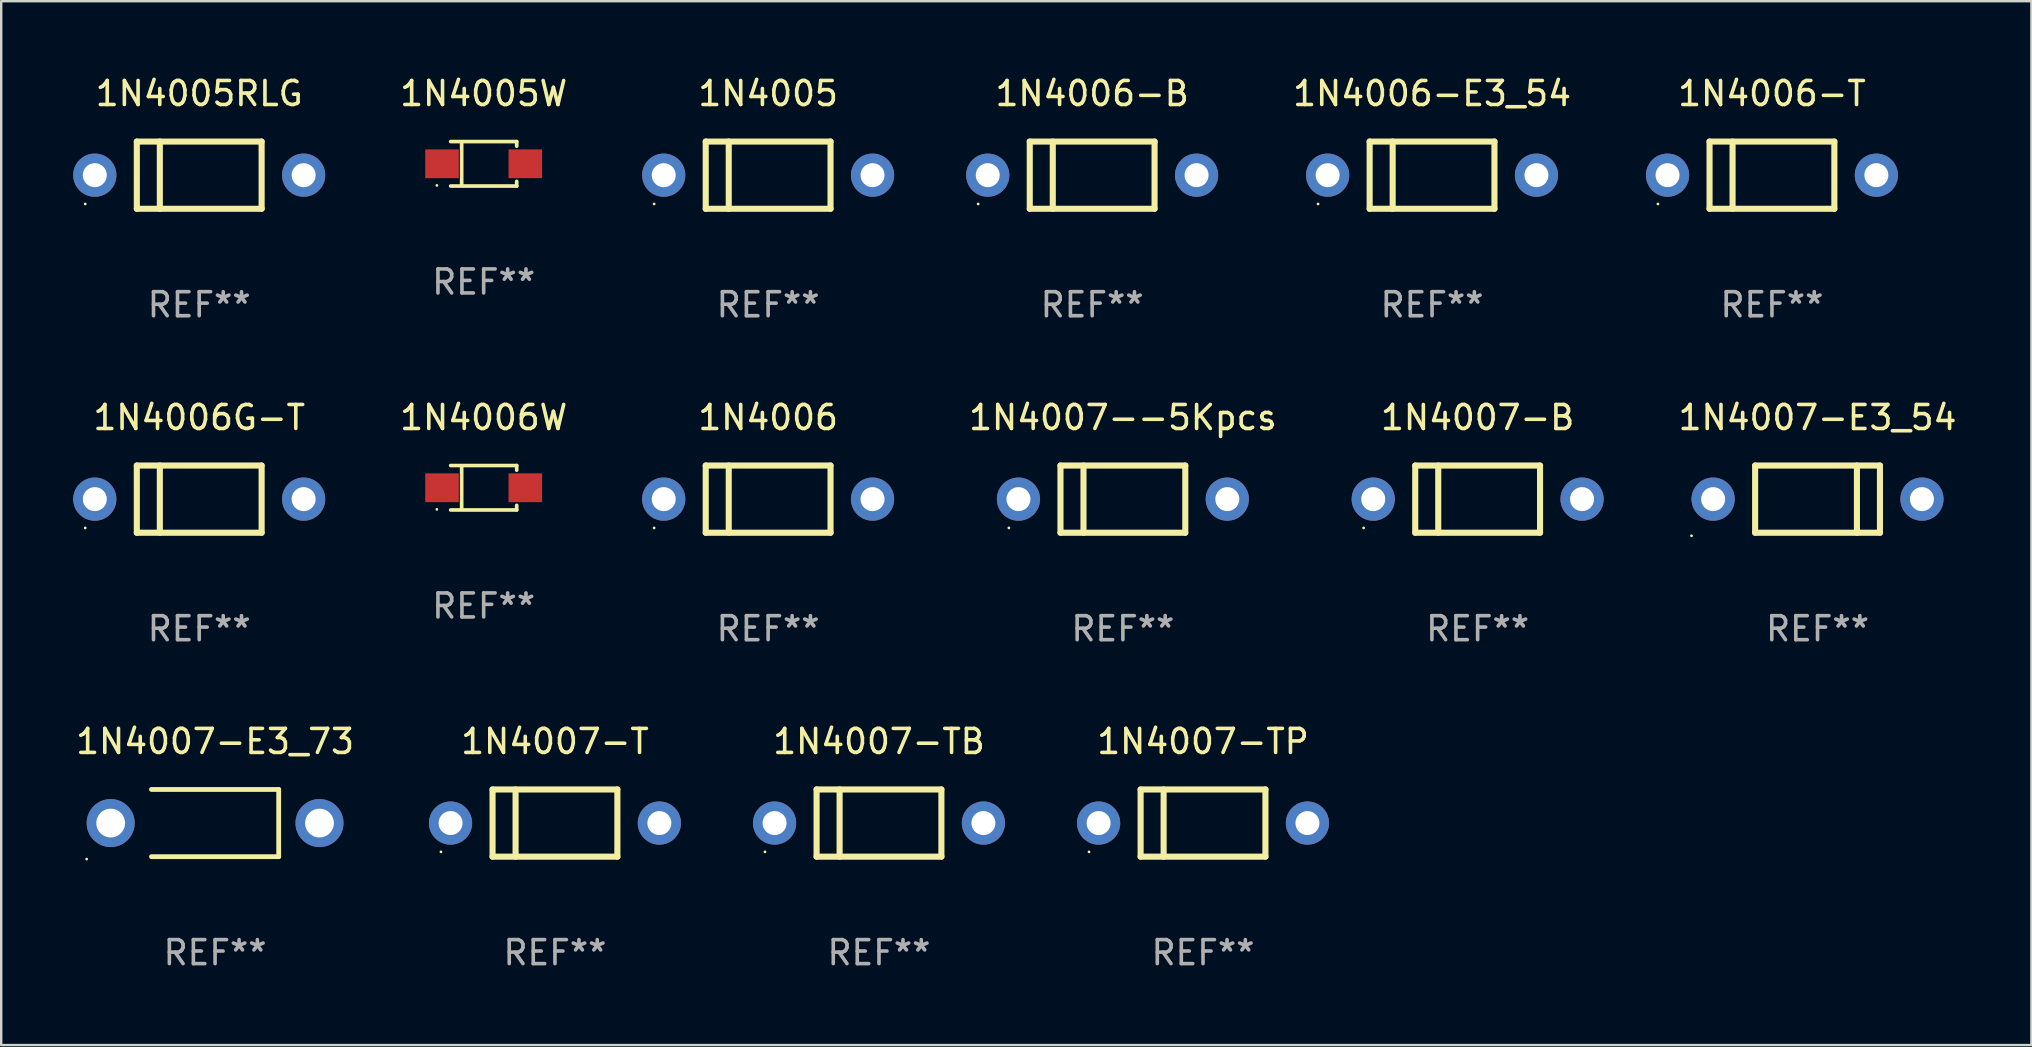
<source format=kicad_pcb>
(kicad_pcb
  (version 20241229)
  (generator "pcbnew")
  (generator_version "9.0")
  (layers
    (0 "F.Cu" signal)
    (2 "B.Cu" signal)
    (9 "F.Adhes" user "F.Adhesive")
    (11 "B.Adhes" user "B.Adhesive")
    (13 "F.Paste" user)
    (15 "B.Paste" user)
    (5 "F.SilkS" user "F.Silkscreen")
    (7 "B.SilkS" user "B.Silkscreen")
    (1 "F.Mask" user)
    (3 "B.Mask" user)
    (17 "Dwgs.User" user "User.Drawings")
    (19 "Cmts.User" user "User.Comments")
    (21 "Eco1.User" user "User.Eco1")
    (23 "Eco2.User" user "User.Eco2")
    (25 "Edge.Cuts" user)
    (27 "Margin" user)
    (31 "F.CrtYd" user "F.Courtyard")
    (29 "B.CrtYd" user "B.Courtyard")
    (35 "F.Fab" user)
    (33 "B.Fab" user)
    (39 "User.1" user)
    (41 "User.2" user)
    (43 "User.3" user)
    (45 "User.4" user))
  (footprint "1N4007-TB"
    (layer "F.Cu")
    (at 33.571 31.241)
    (property "Reference" "1N4007-TB" (at 0 -3.4 0) (layer "F.SilkS") (effects (font (size 1 1) (thickness 0.15))))
    (attr through_hole)
    (fp_line (start -2.6 -1.4) (end -2.6 1.4) (stroke (width 0.254) (type solid)) (layer "F.SilkS"))
    (fp_line (start -2.6 -1.4) (end 2.6 -1.4) (stroke (width 0.254) (type solid)) (layer "F.SilkS"))
    (fp_line (start -2.6 1.4) (end 2.6 1.4) (stroke (width 0.254) (type solid)) (layer "F.SilkS"))
    (fp_line (start -1.641 -1.4) (end -1.641 1.4) (stroke (width 0.254) (type solid)) (layer "F.SilkS"))
    (fp_line (start 2.6 -1.4) (end 2.6 1.4) (stroke (width 0.254) (type solid)) (layer "F.SilkS"))
    (fp_circle (center -4.75 1.2) (end -4.72 1.2) (stroke (width 0.06) (type solid)) (fill no) (layer "F.SilkS"))
    (fp_text user "REF**" (at 0 5.4 0) (layer "F.Fab") (effects (font (size 1 1) (thickness 0.15))))
    (pad "1" thru_hole circle (at -4.35 0) (size 1.8 1.8) (drill 1) (layers "*.Cu" "*.Mask"))
    (pad "2" thru_hole circle (at 4.35 0) (size 1.8 1.8) (drill 1) (layers "*.Cu" "*.Mask")))
  (footprint "1N4007-T"
    (layer "F.Cu")
    (at 20.071 31.241)
    (property "Reference" "1N4007-T" (at 0 -3.4 0) (layer "F.SilkS") (effects (font (size 1 1) (thickness 0.15))))
    (attr through_hole)
    (fp_line (start -2.6 -1.4) (end -2.6 1.4) (stroke (width 0.254) (type solid)) (layer "F.SilkS"))
    (fp_line (start -2.6 -1.4) (end 2.6 -1.4) (stroke (width 0.254) (type solid)) (layer "F.SilkS"))
    (fp_line (start -2.6 1.4) (end 2.6 1.4) (stroke (width 0.254) (type solid)) (layer "F.SilkS"))
    (fp_line (start -1.641 -1.4) (end -1.641 1.4) (stroke (width 0.254) (type solid)) (layer "F.SilkS"))
    (fp_line (start 2.6 -1.4) (end 2.6 1.4) (stroke (width 0.254) (type solid)) (layer "F.SilkS"))
    (fp_circle (center -4.75 1.2) (end -4.72 1.2) (stroke (width 0.06) (type solid)) (fill no) (layer "F.SilkS"))
    (fp_text user "REF**" (at 0 5.4 0) (layer "F.Fab") (effects (font (size 1 1) (thickness 0.15))))
    (pad "1" thru_hole circle (at -4.35 0) (size 1.8 1.8) (drill 1) (layers "*.Cu" "*.Mask"))
    (pad "2" thru_hole circle (at 4.35 0) (size 1.8 1.8) (drill 1) (layers "*.Cu" "*.Mask")))
  (footprint "1N4005W"
    (layer "F.Cu")
    (at 17.101 3.774)
    (property "Reference" "1N4005W" (at 0 -2.926 0) (layer "F.SilkS") (effects (font (size 1 1) (thickness 0.15))))
    (attr through_hole)
    (fp_line (start -1.376 -0.926) (end 1.376 -0.926) (stroke (width 0.152) (type solid)) (layer "F.SilkS"))
    (fp_line (start -1.376 0.926) (end 1.376 0.926) (stroke (width 0.152) (type solid)) (layer "F.SilkS"))
    (fp_line (start -0.917 -0.876) (end -0.917 0.876) (stroke (width 0.152) (type solid)) (layer "F.SilkS"))
    (fp_line (start 1.376 -0.926) (end 1.376 -0.733) (stroke (width 0.152) (type solid)) (layer "F.SilkS"))
    (fp_line (start 1.376 0.926) (end 1.376 0.733) (stroke (width 0.152) (type solid)) (layer "F.SilkS"))
    (fp_circle (center -1.95 0.9) (end -1.92 0.9) (stroke (width 0.06) (type solid)) (fill no) (layer "F.SilkS"))
    (fp_text user "REF**" (at 0 4.926 0) (layer "F.Fab") (effects (font (size 1 1) (thickness 0.15))))
    (pad "1" smd rect (at -1.735 0) (size 1.4 1.2) (layers "F.Cu" "F.Mask" "F.Paste"))
    (pad "2" smd rect (at 1.735 0) (size 1.4 1.2) (layers "F.Cu" "F.Mask" "F.Paste")))
  (footprint "1N4006-T"
    (layer "F.Cu")
    (at 70.774 4.248)
    (property "Reference" "1N4006-T" (at 0 -3.4 0) (layer "F.SilkS") (effects (font (size 1 1) (thickness 0.15))))
    (attr through_hole)
    (fp_line (start -2.6 -1.4) (end -2.6 1.4) (stroke (width 0.254) (type solid)) (layer "F.SilkS"))
    (fp_line (start -2.6 -1.4) (end 2.6 -1.4) (stroke (width 0.254) (type solid)) (layer "F.SilkS"))
    (fp_line (start -2.6 1.4) (end 2.6 1.4) (stroke (width 0.254) (type solid)) (layer "F.SilkS"))
    (fp_line (start -1.641 -1.4) (end -1.641 1.4) (stroke (width 0.254) (type solid)) (layer "F.SilkS"))
    (fp_line (start 2.6 -1.4) (end 2.6 1.4) (stroke (width 0.254) (type solid)) (layer "F.SilkS"))
    (fp_circle (center -4.75 1.2) (end -4.72 1.2) (stroke (width 0.06) (type solid)) (fill no) (layer "F.SilkS"))
    (fp_text user "REF**" (at 0 5.4 0) (layer "F.Fab") (effects (font (size 1 1) (thickness 0.15))))
    (pad "1" thru_hole circle (at -4.35 0) (size 1.8 1.8) (drill 1) (layers "*.Cu" "*.Mask"))
    (pad "2" thru_hole circle (at 4.35 0) (size 1.8 1.8) (drill 1) (layers "*.Cu" "*.Mask")))
  (footprint "1N4005"
    (layer "F.Cu")
    (at 28.952 4.248)
    (property "Reference" "1N4005" (at 0 -3.4 0) (layer "F.SilkS") (effects (font (size 1 1) (thickness 0.15))))
    (attr through_hole)
    (fp_line (start -2.6 -1.4) (end -2.6 1.4) (stroke (width 0.254) (type solid)) (layer "F.SilkS"))
    (fp_line (start -2.6 -1.4) (end 2.6 -1.4) (stroke (width 0.254) (type solid)) (layer "F.SilkS"))
    (fp_line (start -2.6 1.4) (end 2.6 1.4) (stroke (width 0.254) (type solid)) (layer "F.SilkS"))
    (fp_line (start -1.641 -1.4) (end -1.641 1.4) (stroke (width 0.254) (type solid)) (layer "F.SilkS"))
    (fp_line (start 2.6 -1.4) (end 2.6 1.4) (stroke (width 0.254) (type solid)) (layer "F.SilkS"))
    (fp_circle (center -4.75 1.2) (end -4.72 1.2) (stroke (width 0.06) (type solid)) (fill no) (layer "F.SilkS"))
    (fp_text user "REF**" (at 0 5.4 0) (layer "F.Fab") (effects (font (size 1 1) (thickness 0.15))))
    (pad "1" thru_hole circle (at -4.35 0) (size 1.8 1.8) (drill 1) (layers "*.Cu" "*.Mask"))
    (pad "2" thru_hole circle (at 4.35 0) (size 1.8 1.8) (drill 1) (layers "*.Cu" "*.Mask")))
  (footprint "1N4007--5Kpcs"
    (layer "F.Cu")
    (at 43.732 17.745)
    (property "Reference" "1N4007--5Kpcs" (at 0 -3.4 0) (layer "F.SilkS") (effects (font (size 1 1) (thickness 0.15))))
    (attr through_hole)
    (fp_line (start -2.6 -1.4) (end -2.6 1.4) (stroke (width 0.254) (type solid)) (layer "F.SilkS"))
    (fp_line (start -2.6 -1.4) (end 2.6 -1.4) (stroke (width 0.254) (type solid)) (layer "F.SilkS"))
    (fp_line (start -2.6 1.4) (end 2.6 1.4) (stroke (width 0.254) (type solid)) (layer "F.SilkS"))
    (fp_line (start -1.641 -1.4) (end -1.641 1.4) (stroke (width 0.254) (type solid)) (layer "F.SilkS"))
    (fp_line (start 2.6 -1.4) (end 2.6 1.4) (stroke (width 0.254) (type solid)) (layer "F.SilkS"))
    (fp_circle (center -4.75 1.2) (end -4.72 1.2) (stroke (width 0.06) (type solid)) (fill no) (layer "F.SilkS"))
    (fp_text user "REF**" (at 0 5.4 0) (layer "F.Fab") (effects (font (size 1 1) (thickness 0.15))))
    (pad "1" thru_hole circle (at -4.35 0) (size 1.8 1.8) (drill 1) (layers "*.Cu" "*.Mask"))
    (pad "2" thru_hole circle (at 4.35 0) (size 1.8 1.8) (drill 1) (layers "*.Cu" "*.Mask")))
  (footprint "1N4007-E3_73"
    (layer "F.Cu")
    (at 5.911 31.241)
    (property "Reference" "1N4007-E3_73" (at 0 -3.4 0) (layer "F.SilkS") (effects (font (size 1 1) (thickness 0.15))))
    (attr through_hole)
    (fp_line (start -2.65 1.4) (end 2.65 1.4) (stroke (width 0.2) (type solid)) (layer "F.SilkS"))
    (fp_line (start 2.65 -1.4) (end -2.65 -1.4) (stroke (width 0.2) (type solid)) (layer "F.SilkS"))
    (fp_line (start 2.65 1.4) (end 2.65 -1.4) (stroke (width 0.2) (type solid)) (layer "F.SilkS"))
    (fp_circle (center -5.35 1.5) (end -5.32 1.5) (stroke (width 0.06) (type solid)) (fill no) (layer "F.SilkS"))
    (fp_text user "REF**" (at 0 5.4 0) (layer "F.Fab") (effects (font (size 1 1) (thickness 0.15))))
    (pad "1" thru_hole circle (at -4.35 0) (size 2 2) (drill 1.2) (layers "*.Cu" "*.Mask"))
    (pad "2" thru_hole circle (at 4.35 0) (size 2 2) (drill 1.2) (layers "*.Cu" "*.Mask")))
  (footprint "1N4007-B"
    (layer "F.Cu")
    (at 58.512 17.745)
    (property "Reference" "1N4007-B" (at 0 -3.4 0) (layer "F.SilkS") (effects (font (size 1 1) (thickness 0.15))))
    (attr through_hole)
    (fp_line (start -2.6 -1.4) (end -2.6 1.4) (stroke (width 0.254) (type solid)) (layer "F.SilkS"))
    (fp_line (start -2.6 -1.4) (end 2.6 -1.4) (stroke (width 0.254) (type solid)) (layer "F.SilkS"))
    (fp_line (start -2.6 1.4) (end 2.6 1.4) (stroke (width 0.254) (type solid)) (layer "F.SilkS"))
    (fp_line (start -1.641 -1.4) (end -1.641 1.4) (stroke (width 0.254) (type solid)) (layer "F.SilkS"))
    (fp_line (start 2.6 -1.4) (end 2.6 1.4) (stroke (width 0.254) (type solid)) (layer "F.SilkS"))
    (fp_circle (center -4.75 1.2) (end -4.72 1.2) (stroke (width 0.06) (type solid)) (fill no) (layer "F.SilkS"))
    (fp_text user "REF**" (at 0 5.4 0) (layer "F.Fab") (effects (font (size 1 1) (thickness 0.15))))
    (pad "1" thru_hole circle (at -4.35 0) (size 1.8 1.8) (drill 1) (layers "*.Cu" "*.Mask"))
    (pad "2" thru_hole circle (at 4.35 0) (size 1.8 1.8) (drill 1) (layers "*.Cu" "*.Mask")))
  (footprint "1N4007-E3_54"
    (layer "F.Cu")
    (at 72.673 17.745)
    (property "Reference" "1N4007-E3_54" (at 0 -3.4 0) (layer "F.SilkS") (effects (font (size 1 1) (thickness 0.15))))
    (attr through_hole)
    (fp_line (start -2.6 1.4) (end -2.6 -1.4) (stroke (width 0.254) (type solid)) (layer "F.SilkS"))
    (fp_line (start 1.641 1.4) (end 1.641 -1.4) (stroke (width 0.254) (type solid)) (layer "F.SilkS"))
    (fp_line (start 2.6 -1.4) (end -2.6 -1.4) (stroke (width 0.254) (type solid)) (layer "F.SilkS"))
    (fp_line (start 2.6 1.4) (end -2.6 1.4) (stroke (width 0.254) (type solid)) (layer "F.SilkS"))
    (fp_line (start 2.6 1.4) (end 2.6 -1.4) (stroke (width 0.254) (type solid)) (layer "F.SilkS"))
    (fp_circle (center -5.25 1.527) (end -5.22 1.527) (stroke (width 0.06) (type solid)) (fill no) (layer "F.SilkS"))
    (fp_text user "REF**" (at 0 5.4 0) (layer "F.Fab") (effects (font (size 1 1) (thickness 0.15))))
    (pad "1" thru_hole circle (at -4.35 0) (size 1.8 1.8) (drill 1) (layers "*.Cu" "*.Mask"))
    (pad "2" thru_hole circle (at 4.35 0) (size 1.8 1.8) (drill 1) (layers "*.Cu" "*.Mask")))
  (footprint "1N4007-TP"
    (layer "F.Cu")
    (at 47.071 31.241)
    (property "Reference" "1N4007-TP" (at 0 -3.4 0) (layer "F.SilkS") (effects (font (size 1 1) (thickness 0.15))))
    (attr through_hole)
    (fp_line (start -2.6 -1.4) (end -2.6 1.4) (stroke (width 0.254) (type solid)) (layer "F.SilkS"))
    (fp_line (start -2.6 -1.4) (end 2.6 -1.4) (stroke (width 0.254) (type solid)) (layer "F.SilkS"))
    (fp_line (start -2.6 1.4) (end 2.6 1.4) (stroke (width 0.254) (type solid)) (layer "F.SilkS"))
    (fp_line (start -1.641 -1.4) (end -1.641 1.4) (stroke (width 0.254) (type solid)) (layer "F.SilkS"))
    (fp_line (start 2.6 -1.4) (end 2.6 1.4) (stroke (width 0.254) (type solid)) (layer "F.SilkS"))
    (fp_circle (center -4.75 1.2) (end -4.72 1.2) (stroke (width 0.06) (type solid)) (fill no) (layer "F.SilkS"))
    (fp_text user "REF**" (at 0 5.4 0) (layer "F.Fab") (effects (font (size 1 1) (thickness 0.15))))
    (pad "1" thru_hole circle (at -4.35 0) (size 1.8 1.8) (drill 1) (layers "*.Cu" "*.Mask"))
    (pad "2" thru_hole circle (at 4.35 0) (size 1.8 1.8) (drill 1) (layers "*.Cu" "*.Mask")))
  (footprint "1N4006G-T"
    (layer "F.Cu")
    (at 5.25 17.745)
    (property "Reference" "1N4006G-T" (at 0 -3.4 0) (layer "F.SilkS") (effects (font (size 1 1) (thickness 0.15))))
    (attr through_hole)
    (fp_line (start -2.6 -1.4) (end -2.6 1.4) (stroke (width 0.254) (type solid)) (layer "F.SilkS"))
    (fp_line (start -2.6 -1.4) (end 2.6 -1.4) (stroke (width 0.254) (type solid)) (layer "F.SilkS"))
    (fp_line (start -2.6 1.4) (end 2.6 1.4) (stroke (width 0.254) (type solid)) (layer "F.SilkS"))
    (fp_line (start -1.641 -1.4) (end -1.641 1.4) (stroke (width 0.254) (type solid)) (layer "F.SilkS"))
    (fp_line (start 2.6 -1.4) (end 2.6 1.4) (stroke (width 0.254) (type solid)) (layer "F.SilkS"))
    (fp_circle (center -4.75 1.2) (end -4.72 1.2) (stroke (width 0.06) (type solid)) (fill no) (layer "F.SilkS"))
    (fp_text user "REF**" (at 0 5.4 0) (layer "F.Fab") (effects (font (size 1 1) (thickness 0.15))))
    (pad "1" thru_hole circle (at -4.35 0) (size 1.8 1.8) (drill 1) (layers "*.Cu" "*.Mask"))
    (pad "2" thru_hole circle (at 4.35 0) (size 1.8 1.8) (drill 1) (layers "*.Cu" "*.Mask")))
  (footprint "1N4005RLG"
    (layer "F.Cu")
    (at 5.25 4.248)
    (property "Reference" "1N4005RLG" (at 0 -3.4 0) (layer "F.SilkS") (effects (font (size 1 1) (thickness 0.15))))
    (attr through_hole)
    (fp_line (start -2.6 -1.4) (end -2.6 1.4) (stroke (width 0.254) (type solid)) (layer "F.SilkS"))
    (fp_line (start -2.6 -1.4) (end 2.6 -1.4) (stroke (width 0.254) (type solid)) (layer "F.SilkS"))
    (fp_line (start -2.6 1.4) (end 2.6 1.4) (stroke (width 0.254) (type solid)) (layer "F.SilkS"))
    (fp_line (start -1.641 -1.4) (end -1.641 1.4) (stroke (width 0.254) (type solid)) (layer "F.SilkS"))
    (fp_line (start 2.6 -1.4) (end 2.6 1.4) (stroke (width 0.254) (type solid)) (layer "F.SilkS"))
    (fp_circle (center -4.75 1.2) (end -4.72 1.2) (stroke (width 0.06) (type solid)) (fill no) (layer "F.SilkS"))
    (fp_text user "REF**" (at 0 5.4 0) (layer "F.Fab") (effects (font (size 1 1) (thickness 0.15))))
    (pad "1" thru_hole circle (at -4.35 0) (size 1.8 1.8) (drill 1) (layers "*.Cu" "*.Mask"))
    (pad "2" thru_hole circle (at 4.35 0) (size 1.8 1.8) (drill 1) (layers "*.Cu" "*.Mask")))
  (footprint "1N4006W"
    (layer "F.Cu")
    (at 17.101 17.271)
    (property "Reference" "1N4006W" (at 0 -2.926 0) (layer "F.SilkS") (effects (font (size 1 1) (thickness 0.15))))
    (attr through_hole)
    (fp_line (start -1.376 -0.926) (end 1.376 -0.926) (stroke (width 0.152) (type solid)) (layer "F.SilkS"))
    (fp_line (start -1.376 0.926) (end 1.376 0.926) (stroke (width 0.152) (type solid)) (layer "F.SilkS"))
    (fp_line (start -0.917 -0.876) (end -0.917 0.876) (stroke (width 0.152) (type solid)) (layer "F.SilkS"))
    (fp_line (start 1.376 -0.926) (end 1.376 -0.733) (stroke (width 0.152) (type solid)) (layer "F.SilkS"))
    (fp_line (start 1.376 0.926) (end 1.376 0.733) (stroke (width 0.152) (type solid)) (layer "F.SilkS"))
    (fp_circle (center -1.95 0.9) (end -1.92 0.9) (stroke (width 0.06) (type solid)) (fill no) (layer "F.SilkS"))
    (fp_text user "REF**" (at 0 4.926 0) (layer "F.Fab") (effects (font (size 1 1) (thickness 0.15))))
    (pad "1" smd rect (at -1.735 0) (size 1.4 1.2) (layers "F.Cu" "F.Mask" "F.Paste"))
    (pad "2" smd rect (at 1.735 0) (size 1.4 1.2) (layers "F.Cu" "F.Mask" "F.Paste")))
  (footprint "1N4006-B"
    (layer "F.Cu")
    (at 42.452 4.248)
    (property "Reference" "1N4006-B" (at 0 -3.4 0) (layer "F.SilkS") (effects (font (size 1 1) (thickness 0.15))))
    (attr through_hole)
    (fp_line (start -2.6 -1.4) (end -2.6 1.4) (stroke (width 0.254) (type solid)) (layer "F.SilkS"))
    (fp_line (start -2.6 -1.4) (end 2.6 -1.4) (stroke (width 0.254) (type solid)) (layer "F.SilkS"))
    (fp_line (start -2.6 1.4) (end 2.6 1.4) (stroke (width 0.254) (type solid)) (layer "F.SilkS"))
    (fp_line (start -1.641 -1.4) (end -1.641 1.4) (stroke (width 0.254) (type solid)) (layer "F.SilkS"))
    (fp_line (start 2.6 -1.4) (end 2.6 1.4) (stroke (width 0.254) (type solid)) (layer "F.SilkS"))
    (fp_circle (center -4.75 1.2) (end -4.72 1.2) (stroke (width 0.06) (type solid)) (fill no) (layer "F.SilkS"))
    (fp_text user "REF**" (at 0 5.4 0) (layer "F.Fab") (effects (font (size 1 1) (thickness 0.15))))
    (pad "1" thru_hole circle (at -4.35 0) (size 1.8 1.8) (drill 1) (layers "*.Cu" "*.Mask"))
    (pad "2" thru_hole circle (at 4.35 0) (size 1.8 1.8) (drill 1) (layers "*.Cu" "*.Mask")))
  (footprint "1N4006-E3_54"
    (layer "F.Cu")
    (at 56.613 4.248)
    (property "Reference" "1N4006-E3_54" (at 0 -3.4 0) (layer "F.SilkS") (effects (font (size 1 1) (thickness 0.15))))
    (attr through_hole)
    (fp_line (start -2.6 -1.4) (end -2.6 1.4) (stroke (width 0.254) (type solid)) (layer "F.SilkS"))
    (fp_line (start -2.6 -1.4) (end 2.6 -1.4) (stroke (width 0.254) (type solid)) (layer "F.SilkS"))
    (fp_line (start -2.6 1.4) (end 2.6 1.4) (stroke (width 0.254) (type solid)) (layer "F.SilkS"))
    (fp_line (start -1.641 -1.4) (end -1.641 1.4) (stroke (width 0.254) (type solid)) (layer "F.SilkS"))
    (fp_line (start 2.6 -1.4) (end 2.6 1.4) (stroke (width 0.254) (type solid)) (layer "F.SilkS"))
    (fp_circle (center -4.75 1.2) (end -4.72 1.2) (stroke (width 0.06) (type solid)) (fill no) (layer "F.SilkS"))
    (fp_text user "REF**" (at 0 5.4 0) (layer "F.Fab") (effects (font (size 1 1) (thickness 0.15))))
    (pad "1" thru_hole circle (at -4.35 0) (size 1.8 1.8) (drill 1) (layers "*.Cu" "*.Mask"))
    (pad "2" thru_hole circle (at 4.35 0) (size 1.8 1.8) (drill 1) (layers "*.Cu" "*.Mask")))
  (footprint "1N4006"
    (layer "F.Cu")
    (at 28.952 17.745)
    (property "Reference" "1N4006" (at 0 -3.4 0) (layer "F.SilkS") (effects (font (size 1 1) (thickness 0.15))))
    (attr through_hole)
    (fp_line (start -2.6 -1.4) (end -2.6 1.4) (stroke (width 0.254) (type solid)) (layer "F.SilkS"))
    (fp_line (start -2.6 -1.4) (end 2.6 -1.4) (stroke (width 0.254) (type solid)) (layer "F.SilkS"))
    (fp_line (start -2.6 1.4) (end 2.6 1.4) (stroke (width 0.254) (type solid)) (layer "F.SilkS"))
    (fp_line (start -1.641 -1.4) (end -1.641 1.4) (stroke (width 0.254) (type solid)) (layer "F.SilkS"))
    (fp_line (start 2.6 -1.4) (end 2.6 1.4) (stroke (width 0.254) (type solid)) (layer "F.SilkS"))
    (fp_circle (center -4.75 1.2) (end -4.72 1.2) (stroke (width 0.06) (type solid)) (fill no) (layer "F.SilkS"))
    (fp_text user "REF**" (at 0 5.4 0) (layer "F.Fab") (effects (font (size 1 1) (thickness 0.15))))
    (pad "1" thru_hole circle (at -4.35 0) (size 1.8 1.8) (drill 1) (layers "*.Cu" "*.Mask"))
    (pad "2" thru_hole circle (at 4.35 0) (size 1.8 1.8) (drill 1) (layers "*.Cu" "*.Mask")))
  (gr_rect
    (start -3 -3)
    (end 81.583 40.49)
    (stroke (width 0.1) (type default))
    (fill no)
    (layer "Edge.Cuts")))
</source>
